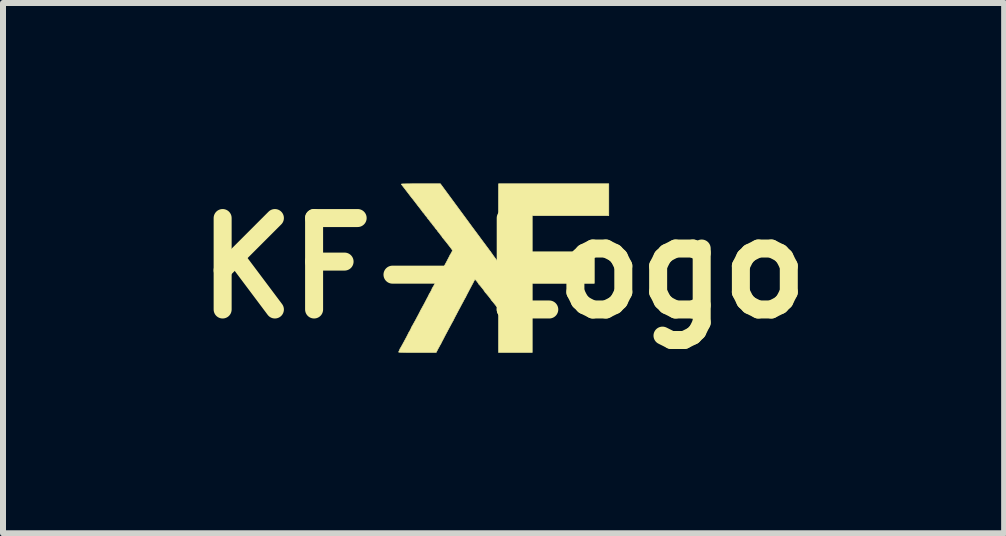
<source format=kicad_pcb>
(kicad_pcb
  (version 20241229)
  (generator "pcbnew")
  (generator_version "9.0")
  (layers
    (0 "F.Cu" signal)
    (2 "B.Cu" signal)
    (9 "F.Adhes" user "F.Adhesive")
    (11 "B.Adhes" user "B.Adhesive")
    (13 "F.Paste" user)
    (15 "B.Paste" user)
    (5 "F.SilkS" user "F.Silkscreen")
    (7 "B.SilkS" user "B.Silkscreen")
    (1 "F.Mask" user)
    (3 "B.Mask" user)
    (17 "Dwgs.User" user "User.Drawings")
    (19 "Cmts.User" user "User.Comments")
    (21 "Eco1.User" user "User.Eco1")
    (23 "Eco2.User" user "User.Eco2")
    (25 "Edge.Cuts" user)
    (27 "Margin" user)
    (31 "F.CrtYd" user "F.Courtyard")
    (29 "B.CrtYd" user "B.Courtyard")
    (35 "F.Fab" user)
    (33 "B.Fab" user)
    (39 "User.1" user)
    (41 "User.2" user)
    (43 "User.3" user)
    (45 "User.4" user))
  (footprint "KF-Logo"
    (layer "F.Cu")
    (at 5.341 1.418)
    (property "Reference" "KF-Logo" (at 0 0 0) (layer "F.SilkS") (effects (font (size 1.524 1.524) (thickness 0.3))))
    (attr through_hole)
    (fp_poly (pts (xy -0.643 -0.849) (xy -0.59 -0.777) (xy -0.539 -0.707) (xy -0.49 -0.641) (xy -0.443 -0.578) (xy -0.4 -0.52) (xy -0.361 -0.467) (xy -0.325 -0.419) (xy -0.294 -0.377) (xy -0.268 -0.342) (xy -0.248 -0.315) (xy -0.233 -0.295) (xy -0.225 -0.284) (xy -0.223 -0.282) (xy -0.215 -0.273) (xy -0.213 -0.269) (xy -0.21 -0.263) (xy -0.2 -0.25) (xy -0.186 -0.23) (xy -0.169 -0.205) (xy -0.149 -0.179) (xy -0.086 -0.092) (xy -0.084 -0.749) (xy -0.083 -1.406) (xy 1.754 -1.406) (xy 1.754 -0.874) (xy 0.478 -0.874) (xy 0.478 -0.272) (xy 1.512 -0.272) (xy 1.512 0.254) (xy 0.478 0.254) (xy 0.478 1.406) (xy -0.083 1.406) (xy -0.083 0.681) (xy -0.133 0.617) (xy -0.152 0.593) (xy -0.169 0.572) (xy -0.182 0.556) (xy -0.19 0.547) (xy -0.191 0.546) (xy -0.198 0.54) (xy -0.198 0.538) (xy -0.202 0.532) (xy -0.211 0.519) (xy -0.224 0.501) (xy -0.24 0.48) (xy -0.257 0.459) (xy -0.274 0.439) (xy -0.288 0.422) (xy -0.298 0.411) (xy -0.302 0.408) (xy -0.307 0.403) (xy -0.307 0.401) (xy -0.311 0.394) (xy -0.32 0.381) (xy -0.333 0.362) (xy -0.349 0.341) (xy -0.366 0.32) (xy -0.382 0.3) (xy -0.396 0.284) (xy -0.405 0.274) (xy -0.408 0.272) (xy -0.413 0.267) (xy -0.413 0.265) (xy -0.417 0.258) (xy -0.426 0.244) (xy -0.439 0.226) (xy -0.444 0.22) (xy -0.461 0.201) (xy -0.472 0.19) (xy -0.478 0.189) (xy -0.479 0.19) (xy -0.494 0.218) (xy -0.511 0.251) (xy -0.53 0.286) (xy -0.549 0.322) (xy -0.568 0.358) (xy -0.585 0.391) (xy -0.601 0.421) (xy -0.614 0.446) (xy -0.623 0.464) (xy -0.628 0.474) (xy -0.628 0.476) (xy -0.632 0.484) (xy -0.633 0.484) (xy -0.636 0.49) (xy -0.645 0.505) (xy -0.657 0.527) (xy -0.672 0.556) (xy -0.69 0.589) (xy -0.71 0.626) (xy -0.73 0.664) (xy -0.751 0.703) (xy -0.771 0.741) (xy -0.789 0.776) (xy -0.806 0.807) (xy -0.819 0.833) (xy -0.829 0.852) (xy -0.834 0.863) (xy -0.835 0.865) (xy -0.839 0.874) (xy -0.839 0.874) (xy -0.843 0.88) (xy -0.851 0.895) (xy -0.864 0.917) (xy -0.879 0.946) (xy -0.897 0.979) (xy -0.917 1.016) (xy -0.937 1.054) (xy -0.958 1.093) (xy -0.978 1.131) (xy -0.996 1.166) (xy -1.012 1.197) (xy -1.026 1.223) (xy -1.036 1.242) (xy -1.041 1.253) (xy -1.041 1.255) (xy -1.046 1.263) (xy -1.046 1.264) (xy -1.05 1.27) (xy -1.059 1.285) (xy -1.07 1.306) (xy -1.084 1.331) (xy -1.087 1.336) (xy -1.123 1.406) (xy -1.436 1.406) (xy -1.506 1.406) (xy -1.568 1.405) (xy -1.622 1.405) (xy -1.668 1.404) (xy -1.703 1.403) (xy -1.729 1.402) (xy -1.744 1.401) (xy -1.748 1.4) (xy -1.746 1.392) (xy -1.739 1.378) (xy -1.736 1.374) (xy -1.73 1.361) (xy -1.728 1.353) (xy -1.729 1.353) (xy -1.73 1.35) (xy -1.727 1.348) (xy -1.723 1.342) (xy -1.714 1.327) (xy -1.702 1.306) (xy -1.687 1.279) (xy -1.67 1.248) (xy -1.652 1.215) (xy -1.635 1.183) (xy -1.618 1.152) (xy -1.604 1.124) (xy -1.592 1.101) (xy -1.584 1.085) (xy -1.581 1.078) (xy -1.577 1.07) (xy -1.577 1.069) (xy -1.571 1.062) (xy -1.563 1.048) (xy -1.554 1.031) (xy -1.545 1.013) (xy -1.538 0.998) (xy -1.534 0.988) (xy -1.534 0.986) (xy -1.535 0.984) (xy -1.532 0.982) (xy -1.528 0.976) (xy -1.519 0.961) (xy -1.507 0.939) (xy -1.492 0.912) (xy -1.475 0.882) (xy -1.457 0.849) (xy -1.44 0.816) (xy -1.423 0.785) (xy -1.409 0.758) (xy -1.397 0.735) (xy -1.389 0.719) (xy -1.386 0.712) (xy -1.382 0.703) (xy -1.382 0.703) (xy -1.378 0.697) (xy -1.369 0.682) (xy -1.358 0.661) (xy -1.343 0.634) (xy -1.326 0.603) (xy -1.309 0.571) (xy -1.292 0.538) (xy -1.276 0.507) (xy -1.261 0.48) (xy -1.25 0.457) (xy -1.242 0.441) (xy -1.239 0.434) (xy -1.239 0.434) (xy -1.235 0.426) (xy -1.234 0.425) (xy -1.229 0.418) (xy -1.221 0.404) (xy -1.211 0.387) (xy -1.202 0.369) (xy -1.195 0.354) (xy -1.191 0.345) (xy -1.191 0.343) (xy -1.192 0.34) (xy -1.19 0.338) (xy -1.185 0.332) (xy -1.177 0.317) (xy -1.164 0.296) (xy -1.149 0.268) (xy -1.132 0.238) (xy -1.115 0.205) (xy -1.097 0.173) (xy -1.081 0.142) (xy -1.066 0.114) (xy -1.054 0.091) (xy -1.047 0.075) (xy -1.044 0.068) (xy -1.039 0.06) (xy -1.039 0.059) (xy -1.035 0.053) (xy -1.027 0.038) (xy -1.015 0.017) (xy -1 -0.01) (xy -0.984 -0.041) (xy -0.967 -0.073) (xy -0.949 -0.106) (xy -0.933 -0.137) (xy -0.919 -0.164) (xy -0.907 -0.187) (xy -0.899 -0.202) (xy -0.896 -0.21) (xy -0.896 -0.21) (xy -0.892 -0.218) (xy -0.892 -0.219) (xy -0.886 -0.226) (xy -0.878 -0.24) (xy -0.868 -0.258) (xy -0.859 -0.275) (xy -0.853 -0.289) (xy -0.851 -0.295) (xy -0.854 -0.302) (xy -0.864 -0.316) (xy -0.878 -0.335) (xy -0.896 -0.359) (xy -0.917 -0.386) (xy -0.938 -0.413) (xy -0.959 -0.44) (xy -0.979 -0.464) (xy -0.996 -0.485) (xy -1.008 -0.5) (xy -1.016 -0.507) (xy -1.017 -0.508) (xy -1.02 -0.512) (xy -1.02 -0.513) (xy -1.022 -0.519) (xy -1.03 -0.531) (xy -1.039 -0.542) (xy -1.051 -0.556) (xy -1.058 -0.566) (xy -1.06 -0.569) (xy -1.062 -0.574) (xy -1.071 -0.585) (xy -1.08 -0.595) (xy -1.092 -0.609) (xy -1.1 -0.619) (xy -1.101 -0.622) (xy -1.104 -0.627) (xy -1.112 -0.638) (xy -1.122 -0.648) (xy -1.134 -0.662) (xy -1.141 -0.672) (xy -1.142 -0.675) (xy -1.145 -0.68) (xy -1.154 -0.691) (xy -1.164 -0.702) (xy -1.176 -0.717) (xy -1.185 -0.728) (xy -1.187 -0.732) (xy -1.191 -0.738) (xy -1.2 -0.75) (xy -1.208 -0.759) (xy -1.22 -0.772) (xy -1.227 -0.782) (xy -1.229 -0.785) (xy -1.232 -0.791) (xy -1.242 -0.803) (xy -1.249 -0.812) (xy -1.261 -0.825) (xy -1.269 -0.835) (xy -1.27 -0.838) (xy -1.274 -0.845) (xy -1.283 -0.856) (xy -1.291 -0.865) (xy -1.302 -0.878) (xy -1.31 -0.888) (xy -1.311 -0.892) (xy -1.315 -0.898) (xy -1.324 -0.91) (xy -1.332 -0.918) (xy -1.344 -0.931) (xy -1.351 -0.941) (xy -1.353 -0.943) (xy -1.356 -0.948) (xy -1.366 -0.962) (xy -1.382 -0.983) (xy -1.403 -1.01) (xy -1.429 -1.043) (xy -1.458 -1.081) (xy -1.49 -1.123) (xy -1.525 -1.167) (xy -1.526 -1.168) (xy -1.561 -1.213) (xy -1.593 -1.255) (xy -1.623 -1.294) (xy -1.649 -1.328) (xy -1.671 -1.356) (xy -1.688 -1.378) (xy -1.699 -1.392) (xy -1.703 -1.398) (xy -1.703 -1.398) (xy -1.702 -1.4) (xy -1.696 -1.402) (xy -1.684 -1.403) (xy -1.666 -1.404) (xy -1.64 -1.404) (xy -1.606 -1.405) (xy -1.563 -1.405) (xy -1.511 -1.406) (xy -1.449 -1.406) (xy -1.381 -1.406) (xy -1.053 -1.406) (xy -0.643 -0.849)) (stroke (width 0.01) (type solid)) (fill yes) (layer "F.SilkS")))
  (gr_rect
    (start -3 -3)
    (end 13.683 5.836)
    (stroke (width 0.1) (type default))
    (fill no)
    (layer "Edge.Cuts")))
</source>
